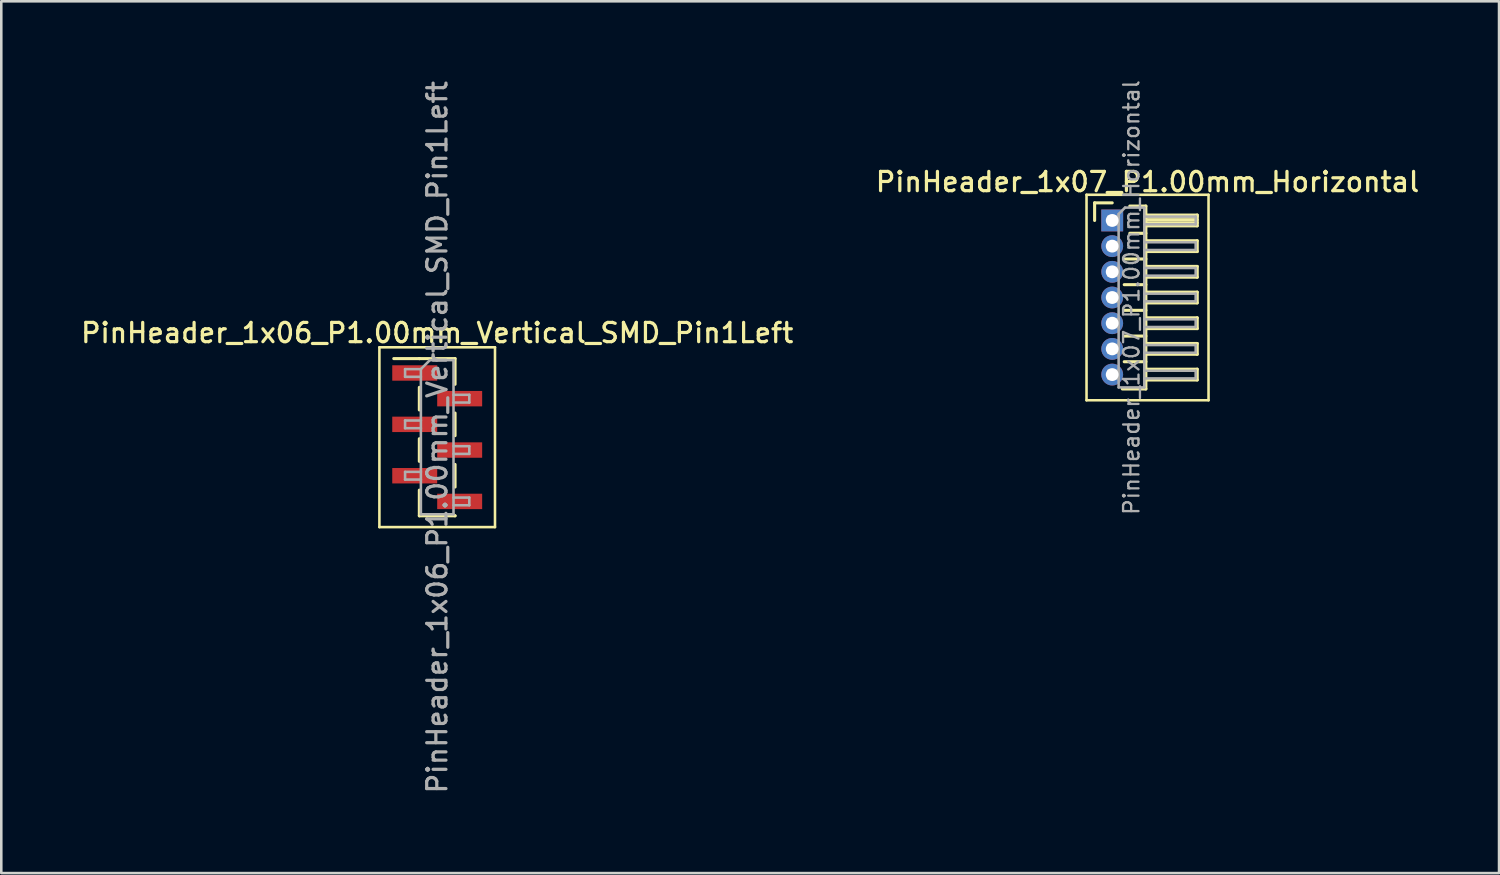
<source format=kicad_pcb>
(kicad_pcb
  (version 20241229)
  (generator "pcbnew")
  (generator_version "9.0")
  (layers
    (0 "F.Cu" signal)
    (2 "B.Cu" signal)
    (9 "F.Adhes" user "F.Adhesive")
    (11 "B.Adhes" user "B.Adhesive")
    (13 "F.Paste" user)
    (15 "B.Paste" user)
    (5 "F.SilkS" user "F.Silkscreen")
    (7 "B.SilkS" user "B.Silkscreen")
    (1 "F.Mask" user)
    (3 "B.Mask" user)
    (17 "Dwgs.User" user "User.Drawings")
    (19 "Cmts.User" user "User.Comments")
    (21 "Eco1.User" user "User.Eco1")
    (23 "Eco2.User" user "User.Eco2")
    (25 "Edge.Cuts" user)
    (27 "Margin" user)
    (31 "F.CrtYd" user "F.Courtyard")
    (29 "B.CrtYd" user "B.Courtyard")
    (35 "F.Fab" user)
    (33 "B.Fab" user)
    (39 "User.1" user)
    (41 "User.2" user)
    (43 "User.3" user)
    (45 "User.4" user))
  (footprint "PinHeader_1x06_P1.00mm_Vertical_SMD_Pin1Left"
    (layer "F.Cu")
    (at 13.97 13.97)
    (property "Reference" "PinHeader_1x06_P1.00mm_Vertical_SMD_Pin1Left" (at 0 -4.06 0) (layer "F.SilkS") (effects (font (size 0.75 0.75) (thickness 0.125))))
    (attr smd)
    (fp_line (start -2.25 -3.5) (end -2.25 3.5) (stroke (width 0.1) (type solid)) (layer "F.SilkS"))
    (fp_line (start -2.25 3.5) (end 2.25 3.5) (stroke (width 0.1) (type solid)) (layer "F.SilkS"))
    (fp_line (start -0.695 -3.06) (end -1.69 -3.06) (stroke (width 0.12) (type solid)) (layer "F.SilkS"))
    (fp_line (start -0.695 -3.06) (end -0.695 -3.06) (stroke (width 0.12) (type solid)) (layer "F.SilkS"))
    (fp_line (start -0.695 -3.06) (end 0.695 -3.06) (stroke (width 0.12) (type solid)) (layer "F.SilkS"))
    (fp_line (start -0.695 -1.94) (end -0.695 -1.06) (stroke (width 0.12) (type solid)) (layer "F.SilkS"))
    (fp_line (start -0.695 0.06) (end -0.695 0.94) (stroke (width 0.12) (type solid)) (layer "F.SilkS"))
    (fp_line (start -0.695 2.06) (end -0.695 3.06) (stroke (width 0.12) (type solid)) (layer "F.SilkS"))
    (fp_line (start -0.695 3.06) (end 0.695 3.06) (stroke (width 0.12) (type solid)) (layer "F.SilkS"))
    (fp_line (start 0.695 -3.06) (end 0.695 -2.06) (stroke (width 0.12) (type solid)) (layer "F.SilkS"))
    (fp_line (start 0.695 -0.94) (end 0.695 -0.06) (stroke (width 0.12) (type solid)) (layer "F.SilkS"))
    (fp_line (start 0.695 1.06) (end 0.695 1.94) (stroke (width 0.12) (type solid)) (layer "F.SilkS"))
    (fp_line (start 0.695 3.06) (end 0.695 3.06) (stroke (width 0.12) (type solid)) (layer "F.SilkS"))
    (fp_line (start 2.25 -3.5) (end -2.25 -3.5) (stroke (width 0.1) (type solid)) (layer "F.SilkS"))
    (fp_line (start 2.25 3.5) (end 2.25 -3.5) (stroke (width 0.1) (type solid)) (layer "F.SilkS"))
    (fp_line (start -1.25 -2.65) (end -1.25 -2.35) (stroke (width 0.1) (type solid)) (layer "F.Fab"))
    (fp_line (start -1.25 -2.35) (end -0.635 -2.35) (stroke (width 0.1) (type solid)) (layer "F.Fab"))
    (fp_line (start -1.25 -0.65) (end -1.25 -0.35) (stroke (width 0.1) (type solid)) (layer "F.Fab"))
    (fp_line (start -1.25 -0.35) (end -0.635 -0.35) (stroke (width 0.1) (type solid)) (layer "F.Fab"))
    (fp_line (start -1.25 1.35) (end -1.25 1.65) (stroke (width 0.1) (type solid)) (layer "F.Fab"))
    (fp_line (start -1.25 1.65) (end -0.635 1.65) (stroke (width 0.1) (type solid)) (layer "F.Fab"))
    (fp_line (start -0.635 -2.65) (end -1.25 -2.65) (stroke (width 0.1) (type solid)) (layer "F.Fab"))
    (fp_line (start -0.635 -2.65) (end -0.285 -3) (stroke (width 0.1) (type solid)) (layer "F.Fab"))
    (fp_line (start -0.635 -0.65) (end -1.25 -0.65) (stroke (width 0.1) (type solid)) (layer "F.Fab"))
    (fp_line (start -0.635 1.35) (end -1.25 1.35) (stroke (width 0.1) (type solid)) (layer "F.Fab"))
    (fp_line (start -0.635 3) (end -0.635 -2.65) (stroke (width 0.1) (type solid)) (layer "F.Fab"))
    (fp_line (start -0.285 -3) (end 0.635 -3) (stroke (width 0.1) (type solid)) (layer "F.Fab"))
    (fp_line (start 0.635 -3) (end 0.635 3) (stroke (width 0.1) (type solid)) (layer "F.Fab"))
    (fp_line (start 0.635 -1.65) (end 1.25 -1.65) (stroke (width 0.1) (type solid)) (layer "F.Fab"))
    (fp_line (start 0.635 0.35) (end 1.25 0.35) (stroke (width 0.1) (type solid)) (layer "F.Fab"))
    (fp_line (start 0.635 2.35) (end 1.25 2.35) (stroke (width 0.1) (type solid)) (layer "F.Fab"))
    (fp_line (start 0.635 3) (end -0.635 3) (stroke (width 0.1) (type solid)) (layer "F.Fab"))
    (fp_line (start 1.25 -1.65) (end 1.25 -1.35) (stroke (width 0.1) (type solid)) (layer "F.Fab"))
    (fp_line (start 1.25 -1.35) (end 0.635 -1.35) (stroke (width 0.1) (type solid)) (layer "F.Fab"))
    (fp_line (start 1.25 0.35) (end 1.25 0.65) (stroke (width 0.1) (type solid)) (layer "F.Fab"))
    (fp_line (start 1.25 0.65) (end 0.635 0.65) (stroke (width 0.1) (type solid)) (layer "F.Fab"))
    (fp_line (start 1.25 2.35) (end 1.25 2.65) (stroke (width 0.1) (type solid)) (layer "F.Fab"))
    (fp_line (start 1.25 2.65) (end 0.635 2.65) (stroke (width 0.1) (type solid)) (layer "F.Fab"))
    (fp_text user "${REFERENCE}" (at 0 0 90) (layer "F.Fab") (effects (font (size 0.75 0.75) (thickness 0.125))))
    (pad "1" smd rect (at -0.875 -2.5) (size 1.75 0.6) (layers "F.Cu" "F.Mask" "F.Paste"))
    (pad "2" smd rect (at 0.875 -1.5) (size 1.75 0.6) (layers "F.Cu" "F.Mask" "F.Paste"))
    (pad "3" smd rect (at -0.875 -0.5) (size 1.75 0.6) (layers "F.Cu" "F.Mask" "F.Paste"))
    (pad "4" smd rect (at 0.875 0.5) (size 1.75 0.6) (layers "F.Cu" "F.Mask" "F.Paste"))
    (pad "5" smd rect (at -0.875 1.5) (size 1.75 0.6) (layers "F.Cu" "F.Mask" "F.Paste"))
    (pad "6" smd rect (at 0.875 2.5) (size 1.75 0.6) (layers "F.Cu" "F.Mask" "F.Paste")))
  (footprint "PinHeader_1x07_P1.00mm_Horizontal"
    (layer "F.Cu")
    (at 40.248 5.532)
    (property "Reference" "PinHeader_1x07_P1.00mm_Horizontal" (at 1.375 -1.5 0) (layer "F.SilkS") (effects (font (size 0.75 0.75) (thickness 0.125))))
    (attr through_hole)
    (fp_line (start -1 -1) (end -1 7) (stroke (width 0.1) (type solid)) (layer "F.SilkS"))
    (fp_line (start -1 7) (end 3.75 7) (stroke (width 0.1) (type solid)) (layer "F.SilkS"))
    (fp_line (start -0.685 -0.685) (end 0 -0.685) (stroke (width 0.12) (type solid)) (layer "F.SilkS"))
    (fp_line (start -0.685 0) (end -0.685 -0.685) (stroke (width 0.12) (type solid)) (layer "F.SilkS"))
    (fp_line (start 0.468 1.5) (end 1.31 1.5) (stroke (width 0.12) (type solid)) (layer "F.SilkS"))
    (fp_line (start 0.468 2.5) (end 1.31 2.5) (stroke (width 0.12) (type solid)) (layer "F.SilkS"))
    (fp_line (start 0.468 3.5) (end 1.31 3.5) (stroke (width 0.12) (type solid)) (layer "F.SilkS"))
    (fp_line (start 0.468 4.5) (end 1.31 4.5) (stroke (width 0.12) (type solid)) (layer "F.SilkS"))
    (fp_line (start 0.468 5.5) (end 1.31 5.5) (stroke (width 0.12) (type solid)) (layer "F.SilkS"))
    (fp_line (start 0.685 -0.56) (end 1.31 -0.56) (stroke (width 0.12) (type solid)) (layer "F.SilkS"))
    (fp_line (start 0.685 0.5) (end 1.31 0.5) (stroke (width 0.12) (type solid)) (layer "F.SilkS"))
    (fp_line (start 1.31 -0.56) (end 1.31 6.56) (stroke (width 0.12) (type solid)) (layer "F.SilkS"))
    (fp_line (start 1.31 -0.21) (end 3.31 -0.21) (stroke (width 0.12) (type solid)) (layer "F.SilkS"))
    (fp_line (start 1.31 -0.15) (end 3.31 -0.15) (stroke (width 0.12) (type solid)) (layer "F.SilkS"))
    (fp_line (start 1.31 -0.03) (end 3.31 -0.03) (stroke (width 0.12) (type solid)) (layer "F.SilkS"))
    (fp_line (start 1.31 0.09) (end 3.31 0.09) (stroke (width 0.12) (type solid)) (layer "F.SilkS"))
    (fp_line (start 1.31 0.79) (end 3.31 0.79) (stroke (width 0.12) (type solid)) (layer "F.SilkS"))
    (fp_line (start 1.31 1.79) (end 3.31 1.79) (stroke (width 0.12) (type solid)) (layer "F.SilkS"))
    (fp_line (start 1.31 2.79) (end 3.31 2.79) (stroke (width 0.12) (type solid)) (layer "F.SilkS"))
    (fp_line (start 1.31 3.79) (end 3.31 3.79) (stroke (width 0.12) (type solid)) (layer "F.SilkS"))
    (fp_line (start 1.31 4.79) (end 3.31 4.79) (stroke (width 0.12) (type solid)) (layer "F.SilkS"))
    (fp_line (start 1.31 5.79) (end 3.31 5.79) (stroke (width 0.12) (type solid)) (layer "F.SilkS"))
    (fp_line (start 1.31 6.56) (end 0.394 6.56) (stroke (width 0.12) (type solid)) (layer "F.SilkS"))
    (fp_line (start 3.31 -0.21) (end 3.31 0.21) (stroke (width 0.12) (type solid)) (layer "F.SilkS"))
    (fp_line (start 3.31 0.21) (end 1.31 0.21) (stroke (width 0.12) (type solid)) (layer "F.SilkS"))
    (fp_line (start 3.31 0.79) (end 3.31 1.21) (stroke (width 0.12) (type solid)) (layer "F.SilkS"))
    (fp_line (start 3.31 1.21) (end 1.31 1.21) (stroke (width 0.12) (type solid)) (layer "F.SilkS"))
    (fp_line (start 3.31 1.79) (end 3.31 2.21) (stroke (width 0.12) (type solid)) (layer "F.SilkS"))
    (fp_line (start 3.31 2.21) (end 1.31 2.21) (stroke (width 0.12) (type solid)) (layer "F.SilkS"))
    (fp_line (start 3.31 2.79) (end 3.31 3.21) (stroke (width 0.12) (type solid)) (layer "F.SilkS"))
    (fp_line (start 3.31 3.21) (end 1.31 3.21) (stroke (width 0.12) (type solid)) (layer "F.SilkS"))
    (fp_line (start 3.31 3.79) (end 3.31 4.21) (stroke (width 0.12) (type solid)) (layer "F.SilkS"))
    (fp_line (start 3.31 4.21) (end 1.31 4.21) (stroke (width 0.12) (type solid)) (layer "F.SilkS"))
    (fp_line (start 3.31 4.79) (end 3.31 5.21) (stroke (width 0.12) (type solid)) (layer "F.SilkS"))
    (fp_line (start 3.31 5.21) (end 1.31 5.21) (stroke (width 0.12) (type solid)) (layer "F.SilkS"))
    (fp_line (start 3.31 5.79) (end 3.31 6.21) (stroke (width 0.12) (type solid)) (layer "F.SilkS"))
    (fp_line (start 3.31 6.21) (end 1.31 6.21) (stroke (width 0.12) (type solid)) (layer "F.SilkS"))
    (fp_line (start 3.75 -1) (end -1 -1) (stroke (width 0.1) (type solid)) (layer "F.SilkS"))
    (fp_line (start 3.75 7) (end 3.75 -1) (stroke (width 0.1) (type solid)) (layer "F.SilkS"))
    (fp_line (start -0.15 -0.15) (end -0.15 0.15) (stroke (width 0.1) (type solid)) (layer "F.Fab"))
    (fp_line (start -0.15 -0.15) (end 0.25 -0.15) (stroke (width 0.1) (type solid)) (layer "F.Fab"))
    (fp_line (start -0.15 0.15) (end 0.25 0.15) (stroke (width 0.1) (type solid)) (layer "F.Fab"))
    (fp_line (start -0.15 0.85) (end -0.15 1.15) (stroke (width 0.1) (type solid)) (layer "F.Fab"))
    (fp_line (start -0.15 0.85) (end 0.25 0.85) (stroke (width 0.1) (type solid)) (layer "F.Fab"))
    (fp_line (start -0.15 1.15) (end 0.25 1.15) (stroke (width 0.1) (type solid)) (layer "F.Fab"))
    (fp_line (start -0.15 1.85) (end -0.15 2.15) (stroke (width 0.1) (type solid)) (layer "F.Fab"))
    (fp_line (start -0.15 1.85) (end 0.25 1.85) (stroke (width 0.1) (type solid)) (layer "F.Fab"))
    (fp_line (start -0.15 2.15) (end 0.25 2.15) (stroke (width 0.1) (type solid)) (layer "F.Fab"))
    (fp_line (start -0.15 2.85) (end -0.15 3.15) (stroke (width 0.1) (type solid)) (layer "F.Fab"))
    (fp_line (start -0.15 2.85) (end 0.25 2.85) (stroke (width 0.1) (type solid)) (layer "F.Fab"))
    (fp_line (start -0.15 3.15) (end 0.25 3.15) (stroke (width 0.1) (type solid)) (layer "F.Fab"))
    (fp_line (start -0.15 3.85) (end -0.15 4.15) (stroke (width 0.1) (type solid)) (layer "F.Fab"))
    (fp_line (start -0.15 3.85) (end 0.25 3.85) (stroke (width 0.1) (type solid)) (layer "F.Fab"))
    (fp_line (start -0.15 4.15) (end 0.25 4.15) (stroke (width 0.1) (type solid)) (layer "F.Fab"))
    (fp_line (start -0.15 4.85) (end -0.15 5.15) (stroke (width 0.1) (type solid)) (layer "F.Fab"))
    (fp_line (start -0.15 4.85) (end 0.25 4.85) (stroke (width 0.1) (type solid)) (layer "F.Fab"))
    (fp_line (start -0.15 5.15) (end 0.25 5.15) (stroke (width 0.1) (type solid)) (layer "F.Fab"))
    (fp_line (start -0.15 5.85) (end -0.15 6.15) (stroke (width 0.1) (type solid)) (layer "F.Fab"))
    (fp_line (start -0.15 5.85) (end 0.25 5.85) (stroke (width 0.1) (type solid)) (layer "F.Fab"))
    (fp_line (start -0.15 6.15) (end 0.25 6.15) (stroke (width 0.1) (type solid)) (layer "F.Fab"))
    (fp_line (start 0.25 -0.25) (end 0.5 -0.5) (stroke (width 0.1) (type solid)) (layer "F.Fab"))
    (fp_line (start 0.25 6.5) (end 0.25 -0.25) (stroke (width 0.1) (type solid)) (layer "F.Fab"))
    (fp_line (start 0.5 -0.5) (end 1.25 -0.5) (stroke (width 0.1) (type solid)) (layer "F.Fab"))
    (fp_line (start 1.25 -0.5) (end 1.25 6.5) (stroke (width 0.1) (type solid)) (layer "F.Fab"))
    (fp_line (start 1.25 -0.15) (end 3.25 -0.15) (stroke (width 0.1) (type solid)) (layer "F.Fab"))
    (fp_line (start 1.25 0.15) (end 3.25 0.15) (stroke (width 0.1) (type solid)) (layer "F.Fab"))
    (fp_line (start 1.25 0.85) (end 3.25 0.85) (stroke (width 0.1) (type solid)) (layer "F.Fab"))
    (fp_line (start 1.25 1.15) (end 3.25 1.15) (stroke (width 0.1) (type solid)) (layer "F.Fab"))
    (fp_line (start 1.25 1.85) (end 3.25 1.85) (stroke (width 0.1) (type solid)) (layer "F.Fab"))
    (fp_line (start 1.25 2.15) (end 3.25 2.15) (stroke (width 0.1) (type solid)) (layer "F.Fab"))
    (fp_line (start 1.25 2.85) (end 3.25 2.85) (stroke (width 0.1) (type solid)) (layer "F.Fab"))
    (fp_line (start 1.25 3.15) (end 3.25 3.15) (stroke (width 0.1) (type solid)) (layer "F.Fab"))
    (fp_line (start 1.25 3.85) (end 3.25 3.85) (stroke (width 0.1) (type solid)) (layer "F.Fab"))
    (fp_line (start 1.25 4.15) (end 3.25 4.15) (stroke (width 0.1) (type solid)) (layer "F.Fab"))
    (fp_line (start 1.25 4.85) (end 3.25 4.85) (stroke (width 0.1) (type solid)) (layer "F.Fab"))
    (fp_line (start 1.25 5.15) (end 3.25 5.15) (stroke (width 0.1) (type solid)) (layer "F.Fab"))
    (fp_line (start 1.25 5.85) (end 3.25 5.85) (stroke (width 0.1) (type solid)) (layer "F.Fab"))
    (fp_line (start 1.25 6.15) (end 3.25 6.15) (stroke (width 0.1) (type solid)) (layer "F.Fab"))
    (fp_line (start 1.25 6.5) (end 0.25 6.5) (stroke (width 0.1) (type solid)) (layer "F.Fab"))
    (fp_line (start 3.25 -0.15) (end 3.25 0.15) (stroke (width 0.1) (type solid)) (layer "F.Fab"))
    (fp_line (start 3.25 0.85) (end 3.25 1.15) (stroke (width 0.1) (type solid)) (layer "F.Fab"))
    (fp_line (start 3.25 1.85) (end 3.25 2.15) (stroke (width 0.1) (type solid)) (layer "F.Fab"))
    (fp_line (start 3.25 2.85) (end 3.25 3.15) (stroke (width 0.1) (type solid)) (layer "F.Fab"))
    (fp_line (start 3.25 3.85) (end 3.25 4.15) (stroke (width 0.1) (type solid)) (layer "F.Fab"))
    (fp_line (start 3.25 4.85) (end 3.25 5.15) (stroke (width 0.1) (type solid)) (layer "F.Fab"))
    (fp_line (start 3.25 5.85) (end 3.25 6.15) (stroke (width 0.1) (type solid)) (layer "F.Fab"))
    (fp_text user "${REFERENCE}" (at 0.75 3 90) (layer "F.Fab") (effects (font (size 0.6 0.6) (thickness 0.09))))
    (pad "1" thru_hole rect (at 0 0) (size 0.85 0.85) (drill 0.5) (layers "*.Cu" "*.Mask"))
    (pad "2" thru_hole oval (at 0 1) (size 0.85 0.85) (drill 0.5) (layers "*.Cu" "*.Mask"))
    (pad "3" thru_hole oval (at 0 2) (size 0.85 0.85) (drill 0.5) (layers "*.Cu" "*.Mask"))
    (pad "4" thru_hole oval (at 0 3) (size 0.85 0.85) (drill 0.5) (layers "*.Cu" "*.Mask"))
    (pad "5" thru_hole oval (at 0 4) (size 0.85 0.85) (drill 0.5) (layers "*.Cu" "*.Mask"))
    (pad "6" thru_hole oval (at 0 5) (size 0.85 0.85) (drill 0.5) (layers "*.Cu" "*.Mask"))
    (pad "7" thru_hole oval (at 0 6) (size 0.85 0.85) (drill 0.5) (layers "*.Cu" "*.Mask")))
  (gr_rect
    (start -3 -3)
    (end 55.307 30.939)
    (stroke (width 0.1) (type default))
    (fill no)
    (layer "Edge.Cuts")))
</source>
